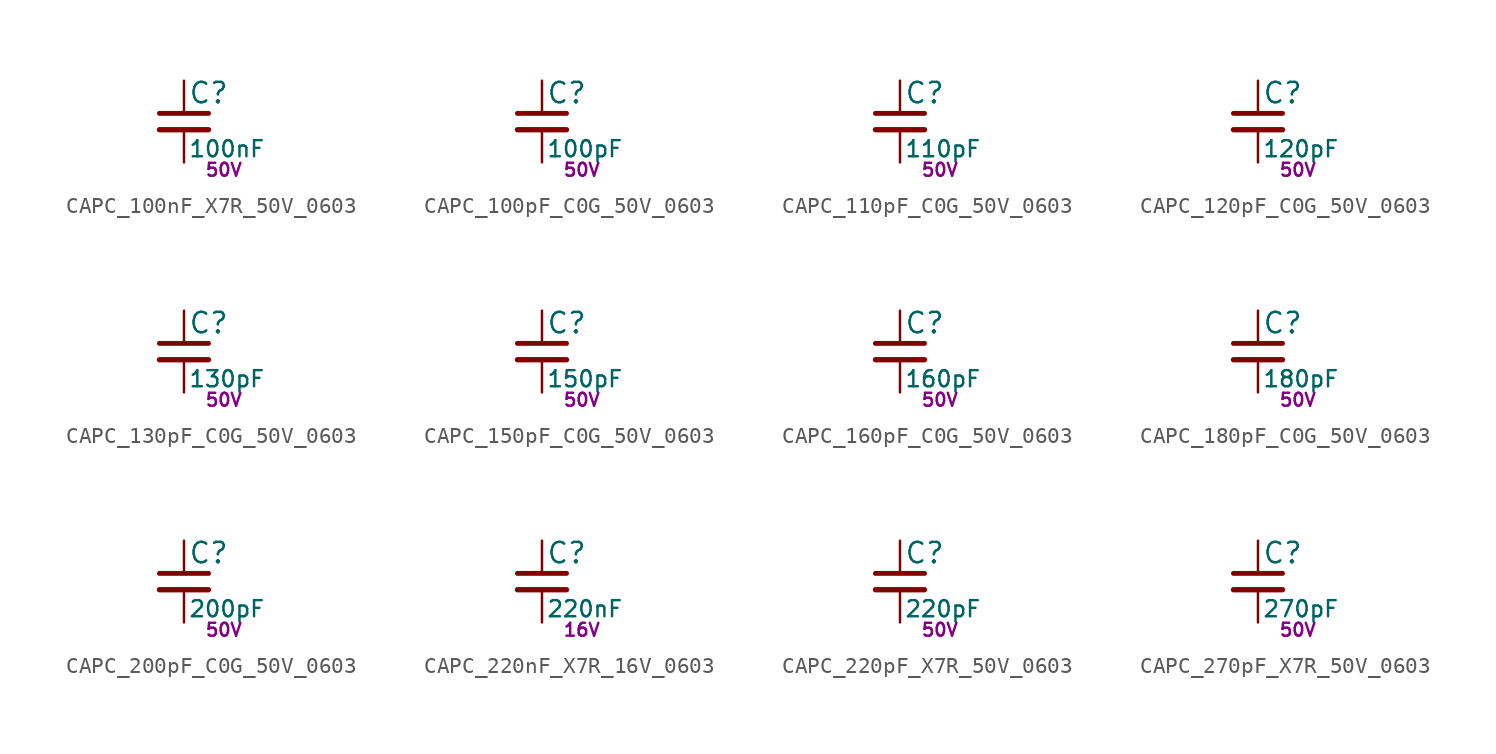
<source format=kicad_sym>
(kicad_symbol_lib
  (version 20211014)
  (generator kicad_LibGenerator)
  (symbol "CAPC_100nF_X7R_50V_0603"
    (pin_numbers hide)
    (pin_names
      (offset 0.254) hide)
    (property "Reference" "C"
      (at 0.254 1.778 0)
      (effects (font (size 1.27 1.27)) (justify left)))
    (property "Value" "100nF"
      (at 0.254 -1.7 0)
      (effects (font (size 1 1)) (justify left)))
    (property "Voltage" "50V"
      (at 1.27 -3 0)
      (effects (font (size 0.8 0.8)) (justify left)))
    (symbol "CAPC_100nF_X7R_50V_0603_0_1"
      (polyline (pts (xy -1.524 -0.508) (xy 1.524 -0.508)) (stroke (width 0.33) (type default) (color 0 0 0 0)) (fill (type none)))
      (polyline (pts (xy -1.524 0.508) (xy 1.524 0.508)) (stroke (width 0.305) (type default) (color 0 0 0 0)) (fill (type none))))
    (symbol "CAPC_100nF_X7R_50V_0603_1_1"
      (pin passive line (at 0 2.54 270) (length 2.032) (name "~" (effects (font (size 1.27 1.27)))) (number "1" (effects (font (size 1.27 1.27)))))
      (pin passive line (at 0 -2.54 90) (length 2.032) (name "~" (effects (font (size 1.27 1.27)))) (number "2" (effects (font (size 1.27 1.27)))))))
  (symbol "CAPC_100pF_C0G_50V_0603"
    (pin_numbers hide)
    (pin_names
      (offset 0.254) hide)
    (property "Reference" "C"
      (at 0.254 1.778 0)
      (effects (font (size 1.27 1.27)) (justify left)))
    (property "Value" "100pF"
      (at 0.254 -1.7 0)
      (effects (font (size 1 1)) (justify left)))
    (property "Voltage" "50V"
      (at 1.27 -3 0)
      (effects (font (size 0.8 0.8)) (justify left)))
    (symbol "CAPC_100pF_C0G_50V_0603_0_1"
      (polyline (pts (xy -1.524 -0.508) (xy 1.524 -0.508)) (stroke (width 0.33) (type default) (color 0 0 0 0)) (fill (type none)))
      (polyline (pts (xy -1.524 0.508) (xy 1.524 0.508)) (stroke (width 0.305) (type default) (color 0 0 0 0)) (fill (type none))))
    (symbol "CAPC_100pF_C0G_50V_0603_1_1"
      (pin passive line (at 0 2.54 270) (length 2.032) (name "~" (effects (font (size 1.27 1.27)))) (number "1" (effects (font (size 1.27 1.27)))))
      (pin passive line (at 0 -2.54 90) (length 2.032) (name "~" (effects (font (size 1.27 1.27)))) (number "2" (effects (font (size 1.27 1.27)))))))
  (symbol "CAPC_110pF_C0G_50V_0603"
    (pin_numbers hide)
    (pin_names
      (offset 0.254) hide)
    (property "Reference" "C"
      (at 0.254 1.778 0)
      (effects (font (size 1.27 1.27)) (justify left)))
    (property "Value" "110pF"
      (at 0.254 -1.7 0)
      (effects (font (size 1 1)) (justify left)))
    (property "Voltage" "50V"
      (at 1.27 -3 0)
      (effects (font (size 0.8 0.8)) (justify left)))
    (symbol "CAPC_110pF_C0G_50V_0603_0_1"
      (polyline (pts (xy -1.524 -0.508) (xy 1.524 -0.508)) (stroke (width 0.33) (type default) (color 0 0 0 0)) (fill (type none)))
      (polyline (pts (xy -1.524 0.508) (xy 1.524 0.508)) (stroke (width 0.305) (type default) (color 0 0 0 0)) (fill (type none))))
    (symbol "CAPC_110pF_C0G_50V_0603_1_1"
      (pin passive line (at 0 2.54 270) (length 2.032) (name "~" (effects (font (size 1.27 1.27)))) (number "1" (effects (font (size 1.27 1.27)))))
      (pin passive line (at 0 -2.54 90) (length 2.032) (name "~" (effects (font (size 1.27 1.27)))) (number "2" (effects (font (size 1.27 1.27)))))))
  (symbol "CAPC_120pF_C0G_50V_0603"
    (pin_numbers hide)
    (pin_names
      (offset 0.254) hide)
    (property "Reference" "C"
      (at 0.254 1.778 0)
      (effects (font (size 1.27 1.27)) (justify left)))
    (property "Value" "120pF"
      (at 0.254 -1.7 0)
      (effects (font (size 1 1)) (justify left)))
    (property "Voltage" "50V"
      (at 1.27 -3 0)
      (effects (font (size 0.8 0.8)) (justify left)))
    (symbol "CAPC_120pF_C0G_50V_0603_0_1"
      (polyline (pts (xy -1.524 -0.508) (xy 1.524 -0.508)) (stroke (width 0.33) (type default) (color 0 0 0 0)) (fill (type none)))
      (polyline (pts (xy -1.524 0.508) (xy 1.524 0.508)) (stroke (width 0.305) (type default) (color 0 0 0 0)) (fill (type none))))
    (symbol "CAPC_120pF_C0G_50V_0603_1_1"
      (pin passive line (at 0 2.54 270) (length 2.032) (name "~" (effects (font (size 1.27 1.27)))) (number "1" (effects (font (size 1.27 1.27)))))
      (pin passive line (at 0 -2.54 90) (length 2.032) (name "~" (effects (font (size 1.27 1.27)))) (number "2" (effects (font (size 1.27 1.27)))))))
  (symbol "CAPC_130pF_C0G_50V_0603"
    (pin_numbers hide)
    (pin_names
      (offset 0.254) hide)
    (property "Reference" "C"
      (at 0.254 1.778 0)
      (effects (font (size 1.27 1.27)) (justify left)))
    (property "Value" "130pF"
      (at 0.254 -1.7 0)
      (effects (font (size 1 1)) (justify left)))
    (property "Voltage" "50V"
      (at 1.27 -3 0)
      (effects (font (size 0.8 0.8)) (justify left)))
    (symbol "CAPC_130pF_C0G_50V_0603_0_1"
      (polyline (pts (xy -1.524 -0.508) (xy 1.524 -0.508)) (stroke (width 0.33) (type default) (color 0 0 0 0)) (fill (type none)))
      (polyline (pts (xy -1.524 0.508) (xy 1.524 0.508)) (stroke (width 0.305) (type default) (color 0 0 0 0)) (fill (type none))))
    (symbol "CAPC_130pF_C0G_50V_0603_1_1"
      (pin passive line (at 0 2.54 270) (length 2.032) (name "~" (effects (font (size 1.27 1.27)))) (number "1" (effects (font (size 1.27 1.27)))))
      (pin passive line (at 0 -2.54 90) (length 2.032) (name "~" (effects (font (size 1.27 1.27)))) (number "2" (effects (font (size 1.27 1.27)))))))
  (symbol "CAPC_150pF_C0G_50V_0603"
    (pin_numbers hide)
    (pin_names
      (offset 0.254) hide)
    (property "Reference" "C"
      (at 0.254 1.778 0)
      (effects (font (size 1.27 1.27)) (justify left)))
    (property "Value" "150pF"
      (at 0.254 -1.7 0)
      (effects (font (size 1 1)) (justify left)))
    (property "Voltage" "50V"
      (at 1.27 -3 0)
      (effects (font (size 0.8 0.8)) (justify left)))
    (symbol "CAPC_150pF_C0G_50V_0603_0_1"
      (polyline (pts (xy -1.524 -0.508) (xy 1.524 -0.508)) (stroke (width 0.33) (type default) (color 0 0 0 0)) (fill (type none)))
      (polyline (pts (xy -1.524 0.508) (xy 1.524 0.508)) (stroke (width 0.305) (type default) (color 0 0 0 0)) (fill (type none))))
    (symbol "CAPC_150pF_C0G_50V_0603_1_1"
      (pin passive line (at 0 2.54 270) (length 2.032) (name "~" (effects (font (size 1.27 1.27)))) (number "1" (effects (font (size 1.27 1.27)))))
      (pin passive line (at 0 -2.54 90) (length 2.032) (name "~" (effects (font (size 1.27 1.27)))) (number "2" (effects (font (size 1.27 1.27)))))))
  (symbol "CAPC_160pF_C0G_50V_0603"
    (pin_numbers hide)
    (pin_names
      (offset 0.254) hide)
    (property "Reference" "C"
      (at 0.254 1.778 0)
      (effects (font (size 1.27 1.27)) (justify left)))
    (property "Value" "160pF"
      (at 0.254 -1.7 0)
      (effects (font (size 1 1)) (justify left)))
    (property "Voltage" "50V"
      (at 1.27 -3 0)
      (effects (font (size 0.8 0.8)) (justify left)))
    (symbol "CAPC_160pF_C0G_50V_0603_0_1"
      (polyline (pts (xy -1.524 -0.508) (xy 1.524 -0.508)) (stroke (width 0.33) (type default) (color 0 0 0 0)) (fill (type none)))
      (polyline (pts (xy -1.524 0.508) (xy 1.524 0.508)) (stroke (width 0.305) (type default) (color 0 0 0 0)) (fill (type none))))
    (symbol "CAPC_160pF_C0G_50V_0603_1_1"
      (pin passive line (at 0 2.54 270) (length 2.032) (name "~" (effects (font (size 1.27 1.27)))) (number "1" (effects (font (size 1.27 1.27)))))
      (pin passive line (at 0 -2.54 90) (length 2.032) (name "~" (effects (font (size 1.27 1.27)))) (number "2" (effects (font (size 1.27 1.27)))))))
  (symbol "CAPC_180pF_C0G_50V_0603"
    (pin_numbers hide)
    (pin_names
      (offset 0.254) hide)
    (property "Reference" "C"
      (at 0.254 1.778 0)
      (effects (font (size 1.27 1.27)) (justify left)))
    (property "Value" "180pF"
      (at 0.254 -1.7 0)
      (effects (font (size 1 1)) (justify left)))
    (property "Voltage" "50V"
      (at 1.27 -3 0)
      (effects (font (size 0.8 0.8)) (justify left)))
    (symbol "CAPC_180pF_C0G_50V_0603_0_1"
      (polyline (pts (xy -1.524 -0.508) (xy 1.524 -0.508)) (stroke (width 0.33) (type default) (color 0 0 0 0)) (fill (type none)))
      (polyline (pts (xy -1.524 0.508) (xy 1.524 0.508)) (stroke (width 0.305) (type default) (color 0 0 0 0)) (fill (type none))))
    (symbol "CAPC_180pF_C0G_50V_0603_1_1"
      (pin passive line (at 0 2.54 270) (length 2.032) (name "~" (effects (font (size 1.27 1.27)))) (number "1" (effects (font (size 1.27 1.27)))))
      (pin passive line (at 0 -2.54 90) (length 2.032) (name "~" (effects (font (size 1.27 1.27)))) (number "2" (effects (font (size 1.27 1.27)))))))
  (symbol "CAPC_200pF_C0G_50V_0603"
    (pin_numbers hide)
    (pin_names
      (offset 0.254) hide)
    (property "Reference" "C"
      (at 0.254 1.778 0)
      (effects (font (size 1.27 1.27)) (justify left)))
    (property "Value" "200pF"
      (at 0.254 -1.7 0)
      (effects (font (size 1 1)) (justify left)))
    (property "Voltage" "50V"
      (at 1.27 -3 0)
      (effects (font (size 0.8 0.8)) (justify left)))
    (symbol "CAPC_200pF_C0G_50V_0603_0_1"
      (polyline (pts (xy -1.524 -0.508) (xy 1.524 -0.508)) (stroke (width 0.33) (type default) (color 0 0 0 0)) (fill (type none)))
      (polyline (pts (xy -1.524 0.508) (xy 1.524 0.508)) (stroke (width 0.305) (type default) (color 0 0 0 0)) (fill (type none))))
    (symbol "CAPC_200pF_C0G_50V_0603_1_1"
      (pin passive line (at 0 2.54 270) (length 2.032) (name "~" (effects (font (size 1.27 1.27)))) (number "1" (effects (font (size 1.27 1.27)))))
      (pin passive line (at 0 -2.54 90) (length 2.032) (name "~" (effects (font (size 1.27 1.27)))) (number "2" (effects (font (size 1.27 1.27)))))))
  (symbol "CAPC_220nF_X7R_16V_0603"
    (pin_numbers hide)
    (pin_names
      (offset 0.254) hide)
    (property "Reference" "C"
      (at 0.254 1.778 0)
      (effects (font (size 1.27 1.27)) (justify left)))
    (property "Value" "220nF"
      (at 0.254 -1.7 0)
      (effects (font (size 1 1)) (justify left)))
    (property "Voltage" "16V"
      (at 1.27 -3 0)
      (effects (font (size 0.8 0.8)) (justify left)))
    (symbol "CAPC_220nF_X7R_16V_0603_0_1"
      (polyline (pts (xy -1.524 -0.508) (xy 1.524 -0.508)) (stroke (width 0.33) (type default) (color 0 0 0 0)) (fill (type none)))
      (polyline (pts (xy -1.524 0.508) (xy 1.524 0.508)) (stroke (width 0.305) (type default) (color 0 0 0 0)) (fill (type none))))
    (symbol "CAPC_220nF_X7R_16V_0603_1_1"
      (pin passive line (at 0 2.54 270) (length 2.032) (name "~" (effects (font (size 1.27 1.27)))) (number "1" (effects (font (size 1.27 1.27)))))
      (pin passive line (at 0 -2.54 90) (length 2.032) (name "~" (effects (font (size 1.27 1.27)))) (number "2" (effects (font (size 1.27 1.27)))))))
  (symbol "CAPC_220pF_X7R_50V_0603"
    (pin_numbers hide)
    (pin_names
      (offset 0.254) hide)
    (property "Reference" "C"
      (at 0.254 1.778 0)
      (effects (font (size 1.27 1.27)) (justify left)))
    (property "Value" "220pF"
      (at 0.254 -1.7 0)
      (effects (font (size 1 1)) (justify left)))
    (property "Voltage" "50V"
      (at 1.27 -3 0)
      (effects (font (size 0.8 0.8)) (justify left)))
    (symbol "CAPC_220pF_X7R_50V_0603_0_1"
      (polyline (pts (xy -1.524 -0.508) (xy 1.524 -0.508)) (stroke (width 0.33) (type default) (color 0 0 0 0)) (fill (type none)))
      (polyline (pts (xy -1.524 0.508) (xy 1.524 0.508)) (stroke (width 0.305) (type default) (color 0 0 0 0)) (fill (type none))))
    (symbol "CAPC_220pF_X7R_50V_0603_1_1"
      (pin passive line (at 0 2.54 270) (length 2.032) (name "~" (effects (font (size 1.27 1.27)))) (number "1" (effects (font (size 1.27 1.27)))))
      (pin passive line (at 0 -2.54 90) (length 2.032) (name "~" (effects (font (size 1.27 1.27)))) (number "2" (effects (font (size 1.27 1.27)))))))
  (symbol "CAPC_270pF_X7R_50V_0603"
    (pin_numbers hide)
    (pin_names
      (offset 0.254) hide)
    (property "Reference" "C"
      (at 0.254 1.778 0)
      (effects (font (size 1.27 1.27)) (justify left)))
    (property "Value" "270pF"
      (at 0.254 -1.7 0)
      (effects (font (size 1 1)) (justify left)))
    (property "Voltage" "50V"
      (at 1.27 -3 0)
      (effects (font (size 0.8 0.8)) (justify left)))
    (symbol "CAPC_270pF_X7R_50V_0603_0_1"
      (polyline (pts (xy -1.524 -0.508) (xy 1.524 -0.508)) (stroke (width 0.33) (type default) (color 0 0 0 0)) (fill (type none)))
      (polyline (pts (xy -1.524 0.508) (xy 1.524 0.508)) (stroke (width 0.305) (type default) (color 0 0 0 0)) (fill (type none))))
    (symbol "CAPC_270pF_X7R_50V_0603_1_1"
      (pin passive line (at 0 2.54 270) (length 2.032) (name "~" (effects (font (size 1.27 1.27)))) (number "1" (effects (font (size 1.27 1.27)))))
      (pin passive line (at 0 -2.54 90) (length 2.032) (name "~" (effects (font (size 1.27 1.27)))) (number "2" (effects (font (size 1.27 1.27))))))))
</source>
